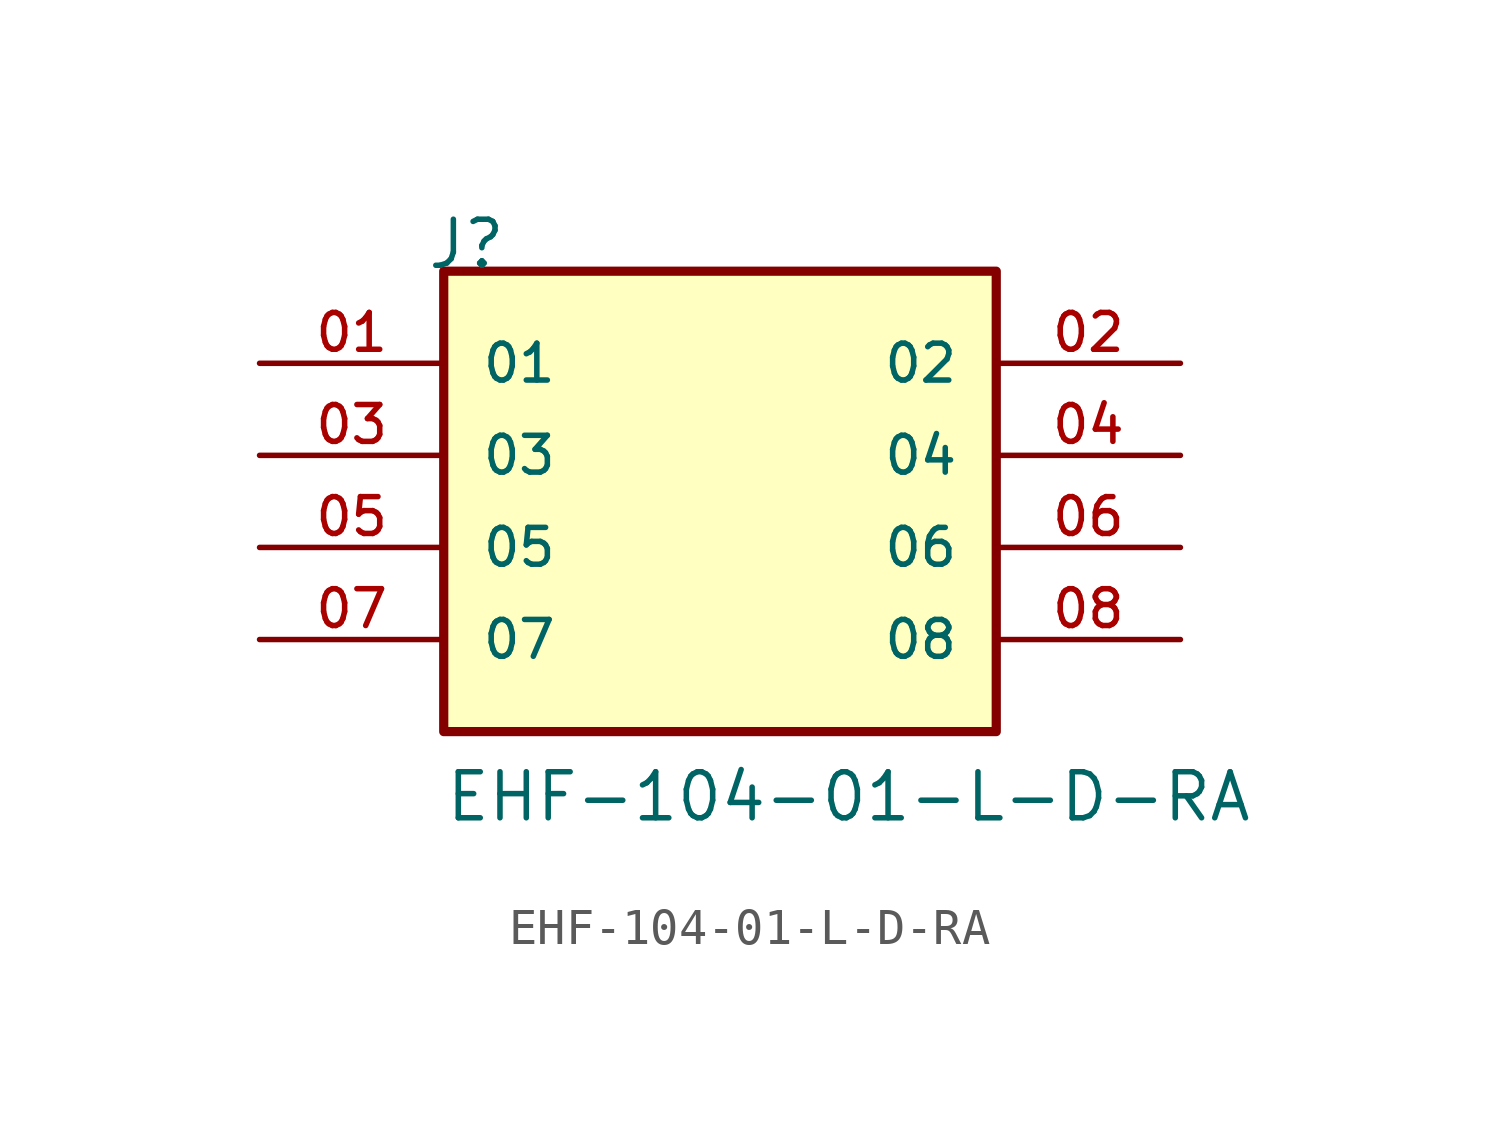
<source format=kicad_sym>
(kicad_symbol_lib
  (version 20211014)
  (generator kicad_symbol_editor)
  (symbol "EHF-104-01-L-D-RA"
    (pin_names
      (offset 1.016))
    (property "Reference" "J"
      (at -8.12 7.62 0)
      (effects (font (size 1.27 1.27)) (justify bottom left)))
    (property "Value" "EHF-104-01-L-D-RA"
      (at -7.62 -7.62 0)
      (effects (font (size 1.27 1.27)) (justify bottom left)))
    (symbol "EHF-104-01-L-D-RA_0_0"
      (rectangle (start -7.62 -5.08) (end 7.62 7.62) (stroke (width 0.254)) (fill (type background)))
      (pin passive line (at -12.7 5.08 0) (length 5.08) (name "01" (effects (font (size 1.016 1.016)))) (number "01" (effects (font (size 1.016 1.016)))))
      (pin passive line (at 12.7 5.08 180.0) (length 5.08) (name "02" (effects (font (size 1.016 1.016)))) (number "02" (effects (font (size 1.016 1.016)))))
      (pin passive line (at -12.7 2.54 0) (length 5.08) (name "03" (effects (font (size 1.016 1.016)))) (number "03" (effects (font (size 1.016 1.016)))))
      (pin passive line (at 12.7 2.54 180.0) (length 5.08) (name "04" (effects (font (size 1.016 1.016)))) (number "04" (effects (font (size 1.016 1.016)))))
      (pin passive line (at -12.7 0.0 0) (length 5.08) (name "05" (effects (font (size 1.016 1.016)))) (number "05" (effects (font (size 1.016 1.016)))))
      (pin passive line (at 12.7 0.0 180.0) (length 5.08) (name "06" (effects (font (size 1.016 1.016)))) (number "06" (effects (font (size 1.016 1.016)))))
      (pin passive line (at -12.7 -2.54 0) (length 5.08) (name "07" (effects (font (size 1.016 1.016)))) (number "07" (effects (font (size 1.016 1.016)))))
      (pin passive line (at 12.7 -2.54 180.0) (length 5.08) (name "08" (effects (font (size 1.016 1.016)))) (number "08" (effects (font (size 1.016 1.016))))))))
</source>
